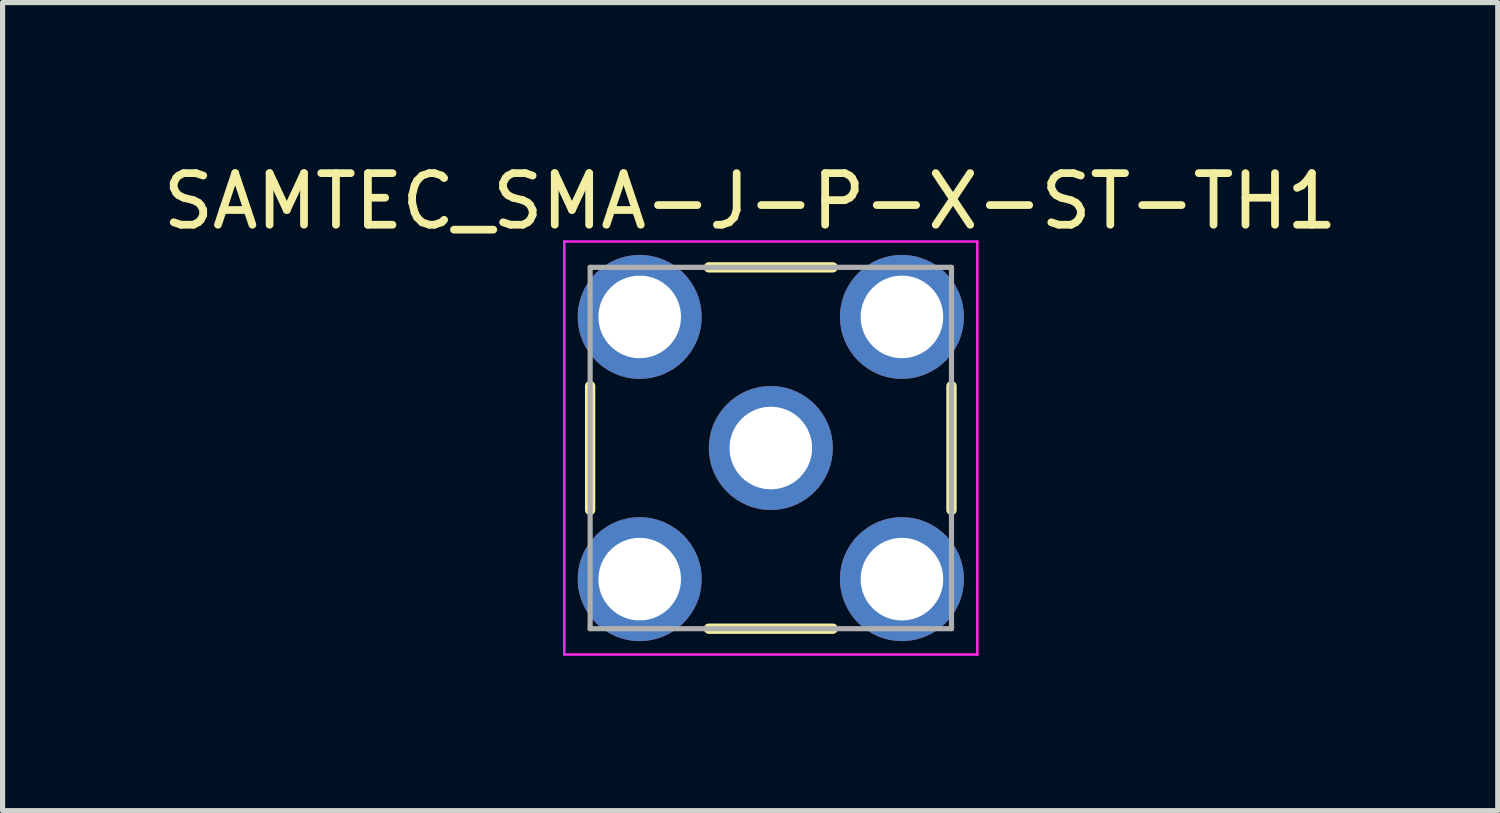
<source format=kicad_pcb>
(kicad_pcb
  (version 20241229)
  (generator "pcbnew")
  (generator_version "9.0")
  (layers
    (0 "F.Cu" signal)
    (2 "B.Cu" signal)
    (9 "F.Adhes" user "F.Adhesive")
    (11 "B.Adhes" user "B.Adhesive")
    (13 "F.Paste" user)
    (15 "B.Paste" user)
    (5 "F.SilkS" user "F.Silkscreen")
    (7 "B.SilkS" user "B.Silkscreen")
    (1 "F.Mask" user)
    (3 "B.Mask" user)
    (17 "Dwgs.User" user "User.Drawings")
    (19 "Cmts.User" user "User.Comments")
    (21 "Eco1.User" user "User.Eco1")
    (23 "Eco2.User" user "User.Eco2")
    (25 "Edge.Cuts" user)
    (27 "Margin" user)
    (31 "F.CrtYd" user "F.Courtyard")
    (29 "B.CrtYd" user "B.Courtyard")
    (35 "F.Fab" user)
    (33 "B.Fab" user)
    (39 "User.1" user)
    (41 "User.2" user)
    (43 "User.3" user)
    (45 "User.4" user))
  (footprint "SAMTEC_SMA-J-P-X-ST-TH1"
    (layer "F.Cu")
    (at 11.882 5.629)
    (property "Reference" "SAMTEC_SMA-J-P-X-ST-TH1" (at -0.4 -4.78 0) (layer "F.SilkS") (effects (font (size 1 1) (thickness 0.15))))
    (attr through_hole)
    (fp_line (start -3.5 1.2) (end -3.5 -1.2) (stroke (width 0.2) (type solid)) (layer "F.SilkS"))
    (fp_line (start -1.2 -3.5) (end 1.2 -3.5) (stroke (width 0.2) (type solid)) (layer "F.SilkS"))
    (fp_line (start 1.2 3.5) (end -1.2 3.5) (stroke (width 0.2) (type solid)) (layer "F.SilkS"))
    (fp_line (start 3.5 1.2) (end 3.5 -1.2) (stroke (width 0.2) (type solid)) (layer "F.SilkS"))
    (fp_line (start -4 -4) (end -4 4) (stroke (width 0.05) (type solid)) (layer "F.CrtYd"))
    (fp_line (start -4 -4) (end 4 -4) (stroke (width 0.05) (type solid)) (layer "F.CrtYd"))
    (fp_line (start 4 -4) (end 4 4) (stroke (width 0.05) (type solid)) (layer "F.CrtYd"))
    (fp_line (start 4 4) (end -4 4) (stroke (width 0.05) (type solid)) (layer "F.CrtYd"))
    (fp_line (start -3.5 -3.5) (end 3.5 -3.5) (stroke (width 0.1) (type solid)) (layer "F.Fab"))
    (fp_line (start -3.5 3.5) (end -3.5 -3.5) (stroke (width 0.1) (type solid)) (layer "F.Fab"))
    (fp_line (start 3.5 -3.5) (end 3.5 3.5) (stroke (width 0.1) (type solid)) (layer "F.Fab"))
    (fp_line (start 3.5 3.5) (end -3.5 3.5) (stroke (width 0.1) (type solid)) (layer "F.Fab"))
    (pad "1" thru_hole circle (at 0 0) (size 2.4 2.4) (drill 1.6) (layers "*.Cu" "*.Mask"))
    (pad "2" thru_hole circle (at 2.54 2.54) (size 2.4 2.4) (drill 1.6) (layers "*.Cu" "*.Mask"))
    (pad "3" thru_hole circle (at 2.54 -2.54) (size 2.4 2.4) (drill 1.6) (layers "*.Cu" "*.Mask"))
    (pad "4" thru_hole circle (at -2.54 -2.54) (size 2.4 2.4) (drill 1.6) (layers "*.Cu" "*.Mask"))
    (pad "5" thru_hole circle (at -2.54 2.54) (size 2.4 2.4) (drill 1.6) (layers "*.Cu" "*.Mask")))
  (gr_rect
    (start -3 -3)
    (end 25.964 12.654)
    (stroke (width 0.1) (type default))
    (fill no)
    (layer "Edge.Cuts")))
</source>
